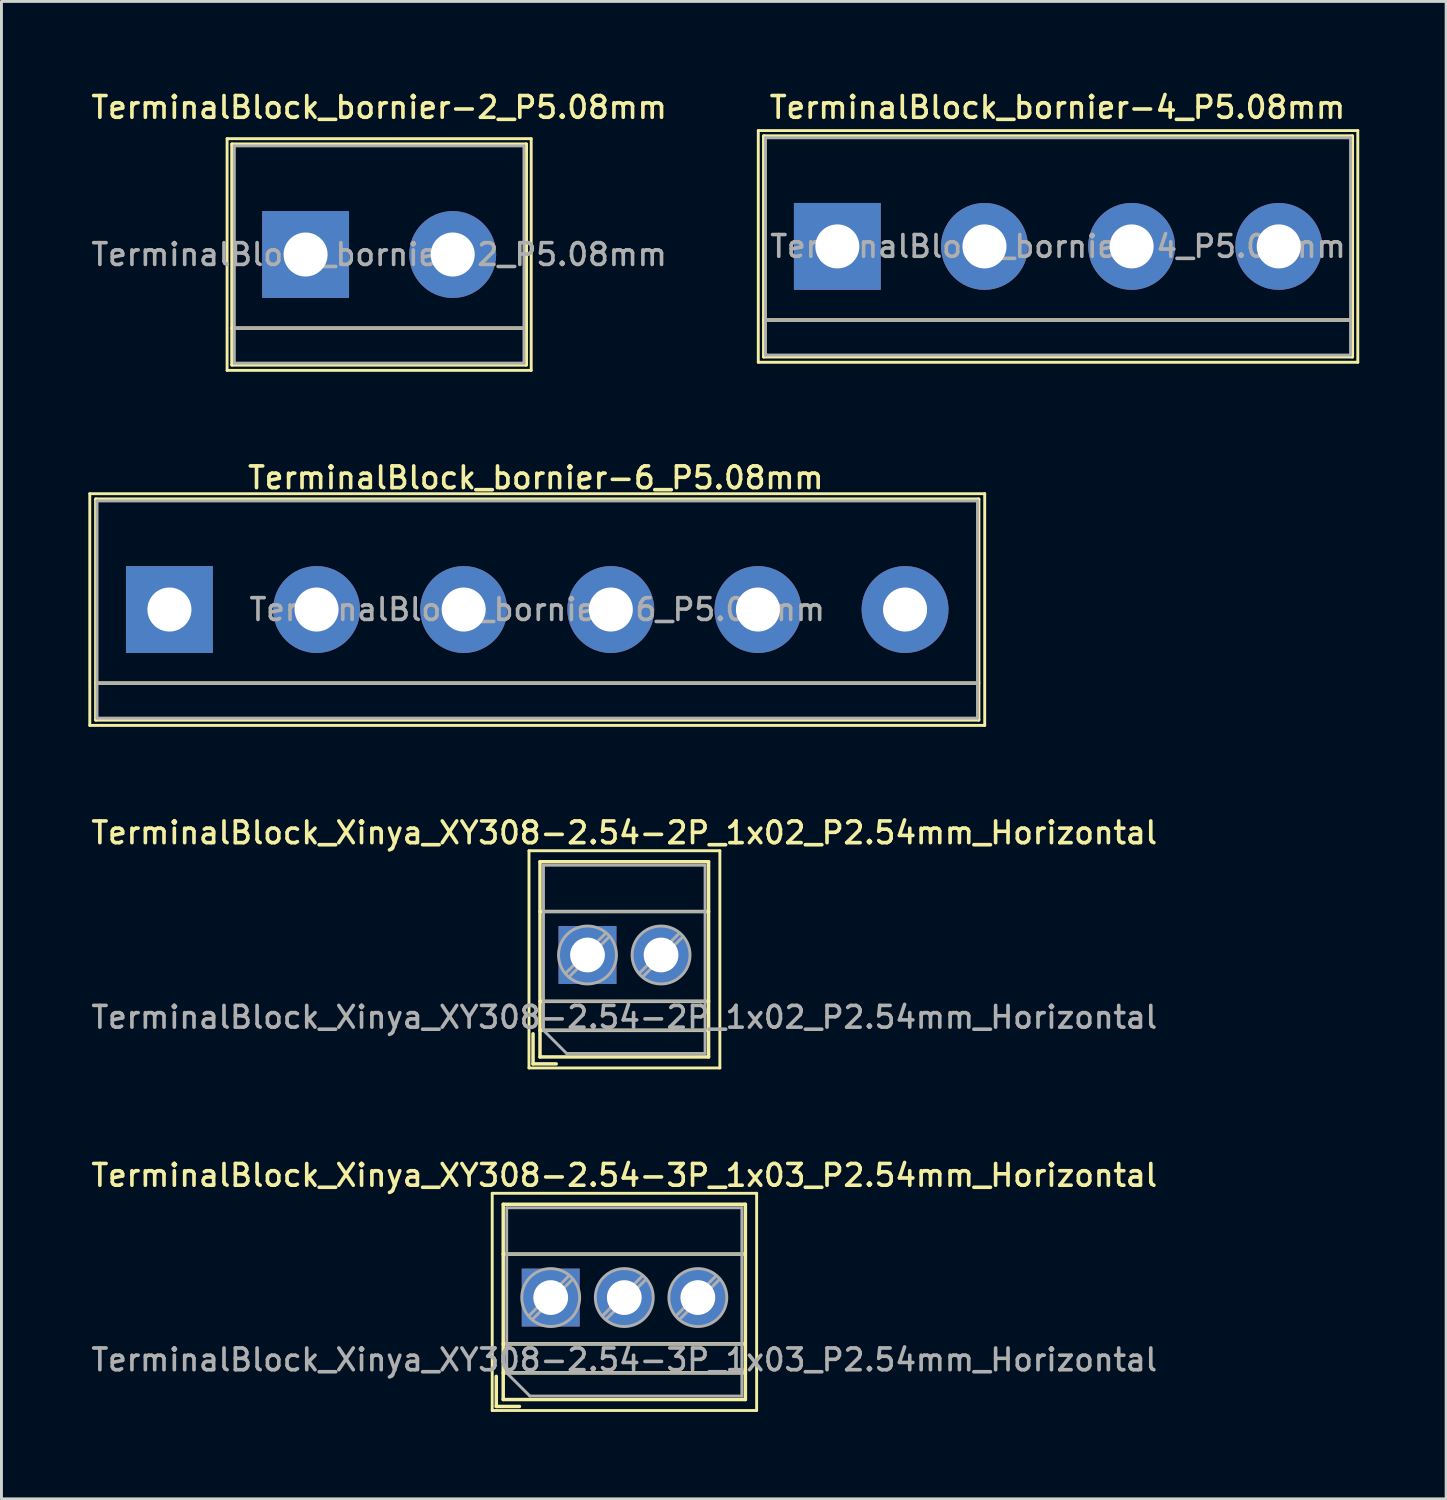
<source format=kicad_pcb>
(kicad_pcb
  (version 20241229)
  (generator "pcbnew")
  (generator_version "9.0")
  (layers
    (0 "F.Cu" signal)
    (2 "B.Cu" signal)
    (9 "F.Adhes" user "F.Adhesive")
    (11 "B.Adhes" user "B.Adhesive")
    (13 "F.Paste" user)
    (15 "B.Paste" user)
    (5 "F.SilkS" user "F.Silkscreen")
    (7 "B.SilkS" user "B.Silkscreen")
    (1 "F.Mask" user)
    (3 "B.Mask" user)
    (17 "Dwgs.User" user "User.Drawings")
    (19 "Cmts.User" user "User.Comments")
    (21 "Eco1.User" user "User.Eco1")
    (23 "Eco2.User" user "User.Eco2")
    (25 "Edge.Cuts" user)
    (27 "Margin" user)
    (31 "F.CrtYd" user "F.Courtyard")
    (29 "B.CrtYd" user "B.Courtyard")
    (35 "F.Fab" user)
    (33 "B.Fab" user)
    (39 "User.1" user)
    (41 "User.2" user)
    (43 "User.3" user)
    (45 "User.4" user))
  (footprint "TerminalBlock_bornier-2_P5.08mm"
    (layer "F.Cu")
    (at 7.501 5.738)
    (property "Reference" "TerminalBlock_bornier-2_P5.08mm" (at 2.54 -5.08 0) (layer "F.SilkS") (effects (font (size 0.75 0.75) (thickness 0.125))))
    (attr through_hole)
    (fp_line (start -2.71 -4) (end -2.71 4) (stroke (width 0.1) (type solid)) (layer "F.SilkS"))
    (fp_line (start -2.71 -4) (end 7.79 -4) (stroke (width 0.1) (type solid)) (layer "F.SilkS"))
    (fp_line (start -2.54 -3.81) (end -2.54 3.81) (stroke (width 0.12) (type solid)) (layer "F.SilkS"))
    (fp_line (start -2.54 3.81) (end 7.62 3.81) (stroke (width 0.12) (type solid)) (layer "F.SilkS"))
    (fp_line (start 7.62 -3.81) (end -2.54 -3.81) (stroke (width 0.12) (type solid)) (layer "F.SilkS"))
    (fp_line (start 7.62 2.54) (end -2.54 2.54) (stroke (width 0.12) (type solid)) (layer "F.SilkS"))
    (fp_line (start 7.62 3.81) (end 7.62 -3.81) (stroke (width 0.12) (type solid)) (layer "F.SilkS"))
    (fp_line (start 7.79 4) (end -2.71 4) (stroke (width 0.1) (type solid)) (layer "F.SilkS"))
    (fp_line (start 7.79 4) (end 7.79 -4) (stroke (width 0.1) (type solid)) (layer "F.SilkS"))
    (fp_line (start -2.46 -3.75) (end -2.46 3.75) (stroke (width 0.1) (type solid)) (layer "F.Fab"))
    (fp_line (start -2.46 3.75) (end 7.54 3.75) (stroke (width 0.1) (type solid)) (layer "F.Fab"))
    (fp_line (start -2.41 2.55) (end 7.49 2.55) (stroke (width 0.1) (type solid)) (layer "F.Fab"))
    (fp_line (start 7.54 -3.75) (end -2.46 -3.75) (stroke (width 0.1) (type solid)) (layer "F.Fab"))
    (fp_line (start 7.54 3.75) (end 7.54 -3.75) (stroke (width 0.1) (type solid)) (layer "F.Fab"))
    (fp_text user "${REFERENCE}" (at 2.54 0 0) (layer "F.Fab") (effects (font (size 0.75 0.75) (thickness 0.125))))
    (pad "1" thru_hole rect (at 0 0) (size 3 3) (drill 1.52) (layers "*.Cu" "*.Mask"))
    (pad "2" thru_hole circle (at 5.08 0) (size 3 3) (drill 1.52) (layers "*.Cu" "*.Mask")))
  (footprint "TerminalBlock_Xinya_XY308-2.54-3P_1x03_P2.54mm_Horizontal"
    (layer "F.Cu")
    (at 15.965 41.752)
    (property "Reference" "TerminalBlock_Xinya_XY308-2.54-3P_1x03_P2.54mm_Horizontal" (at 2.54 -4.22 0) (layer "F.SilkS") (effects (font (size 0.75 0.75) (thickness 0.125))))
    (attr through_hole)
    (fp_line (start -2.02 -3.6) (end -2.02 3.9) (stroke (width 0.1) (type solid)) (layer "F.SilkS"))
    (fp_line (start -2.02 3.9) (end 7.11 3.9) (stroke (width 0.1) (type solid)) (layer "F.SilkS"))
    (fp_line (start -1.88 2.72) (end -1.88 3.76) (stroke (width 0.12) (type solid)) (layer "F.SilkS"))
    (fp_line (start -1.88 3.76) (end -1.08 3.76) (stroke (width 0.12) (type solid)) (layer "F.SilkS"))
    (fp_line (start -1.64 -3.22) (end -1.64 3.52) (stroke (width 0.12) (type solid)) (layer "F.SilkS"))
    (fp_line (start -1.64 -3.22) (end 6.721 -3.22) (stroke (width 0.12) (type solid)) (layer "F.SilkS"))
    (fp_line (start -1.64 -1.501) (end 6.721 -1.501) (stroke (width 0.12) (type solid)) (layer "F.SilkS"))
    (fp_line (start -1.64 1.6) (end 6.721 1.6) (stroke (width 0.12) (type solid)) (layer "F.SilkS"))
    (fp_line (start -1.64 2.6) (end 6.721 2.6) (stroke (width 0.12) (type solid)) (layer "F.SilkS"))
    (fp_line (start -1.64 3.52) (end 6.721 3.52) (stroke (width 0.12) (type solid)) (layer "F.SilkS"))
    (fp_line (start 6.721 -3.22) (end 6.721 3.52) (stroke (width 0.12) (type solid)) (layer "F.SilkS"))
    (fp_line (start 7.11 -3.6) (end -2.02 -3.6) (stroke (width 0.1) (type solid)) (layer "F.SilkS"))
    (fp_line (start 7.11 3.9) (end 7.11 -3.6) (stroke (width 0.1) (type solid)) (layer "F.SilkS"))
    (fp_line (start -1.52 -3.1) (end 6.6 -3.1) (stroke (width 0.1) (type solid)) (layer "F.Fab"))
    (fp_line (start -1.52 -1.5) (end 6.6 -1.5) (stroke (width 0.1) (type solid)) (layer "F.Fab"))
    (fp_line (start -1.52 1.6) (end 6.6 1.6) (stroke (width 0.1) (type solid)) (layer "F.Fab"))
    (fp_line (start -1.52 2.6) (end -1.52 -3.1) (stroke (width 0.1) (type solid)) (layer "F.Fab"))
    (fp_line (start -1.52 2.6) (end 6.6 2.6) (stroke (width 0.1) (type solid)) (layer "F.Fab"))
    (fp_line (start -0.72 3.4) (end -1.52 2.6) (stroke (width 0.1) (type solid)) (layer "F.Fab"))
    (fp_line (start 0.637 -0.759) (end -0.759 0.637) (stroke (width 0.1) (type solid)) (layer "F.Fab"))
    (fp_line (start 0.759 -0.637) (end -0.637 0.759) (stroke (width 0.1) (type solid)) (layer "F.Fab"))
    (fp_line (start 3.177 -0.759) (end 1.782 0.637) (stroke (width 0.1) (type solid)) (layer "F.Fab"))
    (fp_line (start 3.299 -0.637) (end 1.904 0.759) (stroke (width 0.1) (type solid)) (layer "F.Fab"))
    (fp_line (start 5.717 -0.759) (end 4.322 0.637) (stroke (width 0.1) (type solid)) (layer "F.Fab"))
    (fp_line (start 5.839 -0.637) (end 4.444 0.759) (stroke (width 0.1) (type solid)) (layer "F.Fab"))
    (fp_line (start 6.6 -3.1) (end 6.6 3.4) (stroke (width 0.1) (type solid)) (layer "F.Fab"))
    (fp_line (start 6.6 3.4) (end -0.72 3.4) (stroke (width 0.1) (type solid)) (layer "F.Fab"))
    (fp_circle (center 0 0) (end 1 0) (stroke (width 0.1) (type solid)) (fill no) (layer "F.Fab"))
    (fp_circle (center 2.54 0) (end 3.54 0) (stroke (width 0.1) (type solid)) (fill no) (layer "F.Fab"))
    (fp_circle (center 5.08 0) (end 6.08 0) (stroke (width 0.1) (type solid)) (fill no) (layer "F.Fab"))
    (fp_text user "${REFERENCE}" (at 2.54 2.15 0) (layer "F.Fab") (effects (font (size 0.75 0.75) (thickness 0.125))))
    (pad "1" thru_hole rect (at 0 0) (size 2 2) (drill 1.2) (layers "*.Cu" "*.Mask"))
    (pad "2" thru_hole circle (at 2.54 0) (size 2 2) (drill 1.2) (layers "*.Cu" "*.Mask"))
    (pad "3" thru_hole circle (at 5.08 0) (size 2 2) (drill 1.2) (layers "*.Cu" "*.Mask")))
  (footprint "TerminalBlock_Xinya_XY308-2.54-2P_1x02_P2.54mm_Horizontal"
    (layer "F.Cu")
    (at 17.235 29.924)
    (property "Reference" "TerminalBlock_Xinya_XY308-2.54-2P_1x02_P2.54mm_Horizontal" (at 1.27 -4.22 0) (layer "F.SilkS") (effects (font (size 0.75 0.75) (thickness 0.125))))
    (attr through_hole)
    (fp_line (start -2.02 -3.6) (end -2.02 3.9) (stroke (width 0.1) (type solid)) (layer "F.SilkS"))
    (fp_line (start -2.02 3.9) (end 4.57 3.9) (stroke (width 0.1) (type solid)) (layer "F.SilkS"))
    (fp_line (start -1.88 2.72) (end -1.88 3.76) (stroke (width 0.12) (type solid)) (layer "F.SilkS"))
    (fp_line (start -1.88 3.76) (end -1.08 3.76) (stroke (width 0.12) (type solid)) (layer "F.SilkS"))
    (fp_line (start -1.64 -3.22) (end -1.64 3.52) (stroke (width 0.12) (type solid)) (layer "F.SilkS"))
    (fp_line (start -1.64 -3.22) (end 4.18 -3.22) (stroke (width 0.12) (type solid)) (layer "F.SilkS"))
    (fp_line (start -1.64 -1.501) (end 4.18 -1.501) (stroke (width 0.12) (type solid)) (layer "F.SilkS"))
    (fp_line (start -1.64 1.6) (end 4.18 1.6) (stroke (width 0.12) (type solid)) (layer "F.SilkS"))
    (fp_line (start -1.64 2.6) (end 4.18 2.6) (stroke (width 0.12) (type solid)) (layer "F.SilkS"))
    (fp_line (start -1.64 3.52) (end 4.18 3.52) (stroke (width 0.12) (type solid)) (layer "F.SilkS"))
    (fp_line (start 4.18 -3.22) (end 4.18 3.52) (stroke (width 0.12) (type solid)) (layer "F.SilkS"))
    (fp_line (start 4.57 -3.6) (end -2.02 -3.6) (stroke (width 0.1) (type solid)) (layer "F.SilkS"))
    (fp_line (start 4.57 3.9) (end 4.57 -3.6) (stroke (width 0.1) (type solid)) (layer "F.SilkS"))
    (fp_line (start -1.52 -3.1) (end 4.06 -3.1) (stroke (width 0.1) (type solid)) (layer "F.Fab"))
    (fp_line (start -1.52 -1.5) (end 4.06 -1.5) (stroke (width 0.1) (type solid)) (layer "F.Fab"))
    (fp_line (start -1.52 1.6) (end 4.06 1.6) (stroke (width 0.1) (type solid)) (layer "F.Fab"))
    (fp_line (start -1.52 2.6) (end -1.52 -3.1) (stroke (width 0.1) (type solid)) (layer "F.Fab"))
    (fp_line (start -1.52 2.6) (end 4.06 2.6) (stroke (width 0.1) (type solid)) (layer "F.Fab"))
    (fp_line (start -0.72 3.4) (end -1.52 2.6) (stroke (width 0.1) (type solid)) (layer "F.Fab"))
    (fp_line (start 0.637 -0.759) (end -0.759 0.637) (stroke (width 0.1) (type solid)) (layer "F.Fab"))
    (fp_line (start 0.759 -0.637) (end -0.637 0.759) (stroke (width 0.1) (type solid)) (layer "F.Fab"))
    (fp_line (start 3.177 -0.759) (end 1.782 0.637) (stroke (width 0.1) (type solid)) (layer "F.Fab"))
    (fp_line (start 3.299 -0.637) (end 1.904 0.759) (stroke (width 0.1) (type solid)) (layer "F.Fab"))
    (fp_line (start 4.06 -3.1) (end 4.06 3.4) (stroke (width 0.1) (type solid)) (layer "F.Fab"))
    (fp_line (start 4.06 3.4) (end -0.72 3.4) (stroke (width 0.1) (type solid)) (layer "F.Fab"))
    (fp_circle (center 0 0) (end 1 0) (stroke (width 0.1) (type solid)) (fill no) (layer "F.Fab"))
    (fp_circle (center 2.54 0) (end 3.54 0) (stroke (width 0.1) (type solid)) (fill no) (layer "F.Fab"))
    (fp_text user "${REFERENCE}" (at 1.27 2.15 0) (layer "F.Fab") (effects (font (size 0.75 0.75) (thickness 0.125))))
    (pad "1" thru_hole rect (at 0 0) (size 2 2) (drill 1.2) (layers "*.Cu" "*.Mask"))
    (pad "2" thru_hole circle (at 2.54 0) (size 2 2) (drill 1.2) (layers "*.Cu" "*.Mask")))
  (footprint "TerminalBlock_bornier-4_P5.08mm"
    (layer "F.Cu")
    (at 25.862 5.458)
    (property "Reference" "TerminalBlock_bornier-4_P5.08mm" (at 7.6 -4.8 0) (layer "F.SilkS") (effects (font (size 0.75 0.75) (thickness 0.125))))
    (attr through_hole)
    (fp_line (start -2.73 -4) (end -2.73 4) (stroke (width 0.1) (type solid)) (layer "F.SilkS"))
    (fp_line (start -2.73 -4) (end 17.97 -4) (stroke (width 0.1) (type solid)) (layer "F.SilkS"))
    (fp_line (start -2.54 -3.81) (end -2.54 3.81) (stroke (width 0.12) (type solid)) (layer "F.SilkS"))
    (fp_line (start -2.54 -3.81) (end 17.78 -3.81) (stroke (width 0.12) (type solid)) (layer "F.SilkS"))
    (fp_line (start -2.54 3.81) (end 17.78 3.81) (stroke (width 0.12) (type solid)) (layer "F.SilkS"))
    (fp_line (start 17.78 2.54) (end -2.54 2.54) (stroke (width 0.12) (type solid)) (layer "F.SilkS"))
    (fp_line (start 17.78 3.81) (end 17.78 -3.81) (stroke (width 0.12) (type solid)) (layer "F.SilkS"))
    (fp_line (start 17.97 4) (end -2.73 4) (stroke (width 0.1) (type solid)) (layer "F.SilkS"))
    (fp_line (start 17.97 4) (end 17.97 -4) (stroke (width 0.1) (type solid)) (layer "F.SilkS"))
    (fp_line (start -2.48 -3.75) (end 17.72 -3.75) (stroke (width 0.1) (type solid)) (layer "F.Fab"))
    (fp_line (start -2.48 2.55) (end 17.72 2.55) (stroke (width 0.1) (type solid)) (layer "F.Fab"))
    (fp_line (start -2.48 3.75) (end -2.48 -3.75) (stroke (width 0.1) (type solid)) (layer "F.Fab"))
    (fp_line (start -2.43 3.75) (end -2.48 3.75) (stroke (width 0.1) (type solid)) (layer "F.Fab"))
    (fp_line (start 17.72 -3.75) (end 17.72 3.75) (stroke (width 0.1) (type solid)) (layer "F.Fab"))
    (fp_line (start 17.72 3.75) (end -2.43 3.75) (stroke (width 0.1) (type solid)) (layer "F.Fab"))
    (fp_text user "${REFERENCE}" (at 7.62 0 0) (layer "F.Fab") (effects (font (size 0.75 0.75) (thickness 0.125))))
    (pad "1" thru_hole rect (at 0 0) (size 3 3) (drill 1.52) (layers "*.Cu" "*.Mask"))
    (pad "2" thru_hole circle (at 5.08 0) (size 3 3) (drill 1.52) (layers "*.Cu" "*.Mask"))
    (pad "3" thru_hole circle (at 10.16 0) (size 3 3) (drill 1.52) (layers "*.Cu" "*.Mask"))
    (pad "4" thru_hole circle (at 15.24 0) (size 3 3) (drill 1.52) (layers "*.Cu" "*.Mask")))
  (footprint "TerminalBlock_bornier-6_P5.08mm"
    (layer "F.Cu")
    (at 2.8 17.996)
    (property "Reference" "TerminalBlock_bornier-6_P5.08mm" (at 12.65 -4.55 0) (layer "F.SilkS") (effects (font (size 0.75 0.75) (thickness 0.125))))
    (attr through_hole)
    (fp_line (start -2.75 -4) (end -2.75 4) (stroke (width 0.1) (type solid)) (layer "F.SilkS"))
    (fp_line (start -2.75 -4) (end 28.15 -4) (stroke (width 0.1) (type solid)) (layer "F.SilkS"))
    (fp_line (start -2.54 -3.81) (end -2.54 3.81) (stroke (width 0.12) (type solid)) (layer "F.SilkS"))
    (fp_line (start -2.54 -3.81) (end 27.94 -3.81) (stroke (width 0.12) (type solid)) (layer "F.SilkS"))
    (fp_line (start -2.54 2.54) (end 27.94 2.54) (stroke (width 0.12) (type solid)) (layer "F.SilkS"))
    (fp_line (start -2.54 3.81) (end 27.94 3.81) (stroke (width 0.12) (type solid)) (layer "F.SilkS"))
    (fp_line (start 27.94 3.81) (end 27.94 -3.81) (stroke (width 0.12) (type solid)) (layer "F.SilkS"))
    (fp_line (start 28.15 4) (end -2.75 4) (stroke (width 0.1) (type solid)) (layer "F.SilkS"))
    (fp_line (start 28.15 4) (end 28.15 -4) (stroke (width 0.1) (type solid)) (layer "F.SilkS"))
    (fp_line (start -2.5 -3.75) (end -2.5 3.75) (stroke (width 0.1) (type solid)) (layer "F.Fab"))
    (fp_line (start -2.5 2.55) (end 27.9 2.55) (stroke (width 0.1) (type solid)) (layer "F.Fab"))
    (fp_line (start -2.5 3.75) (end 27.9 3.75) (stroke (width 0.1) (type solid)) (layer "F.Fab"))
    (fp_line (start 27.9 -3.75) (end -2.5 -3.75) (stroke (width 0.1) (type solid)) (layer "F.Fab"))
    (fp_line (start 27.9 3.75) (end 27.9 -3.75) (stroke (width 0.1) (type solid)) (layer "F.Fab"))
    (fp_text user "${REFERENCE}" (at 12.7 0 0) (layer "F.Fab") (effects (font (size 0.75 0.75) (thickness 0.125))))
    (pad "1" thru_hole rect (at 0 0) (size 3 3) (drill 1.52) (layers "*.Cu" "*.Mask"))
    (pad "2" thru_hole circle (at 5.08 0) (size 3 3) (drill 1.52) (layers "*.Cu" "*.Mask"))
    (pad "3" thru_hole circle (at 10.16 0) (size 3 3) (drill 1.52) (layers "*.Cu" "*.Mask"))
    (pad "4" thru_hole circle (at 15.24 0) (size 3 3) (drill 1.52) (layers "*.Cu" "*.Mask"))
    (pad "5" thru_hole circle (at 20.32 0) (size 3 3) (drill 1.52) (layers "*.Cu" "*.Mask"))
    (pad "6" thru_hole circle (at 25.4 0) (size 3 3) (drill 1.52) (layers "*.Cu" "*.Mask")))
  (gr_rect
    (start -3 -3)
    (end 46.882 48.703)
    (stroke (width 0.1) (type default))
    (fill no)
    (layer "Edge.Cuts")))
</source>
